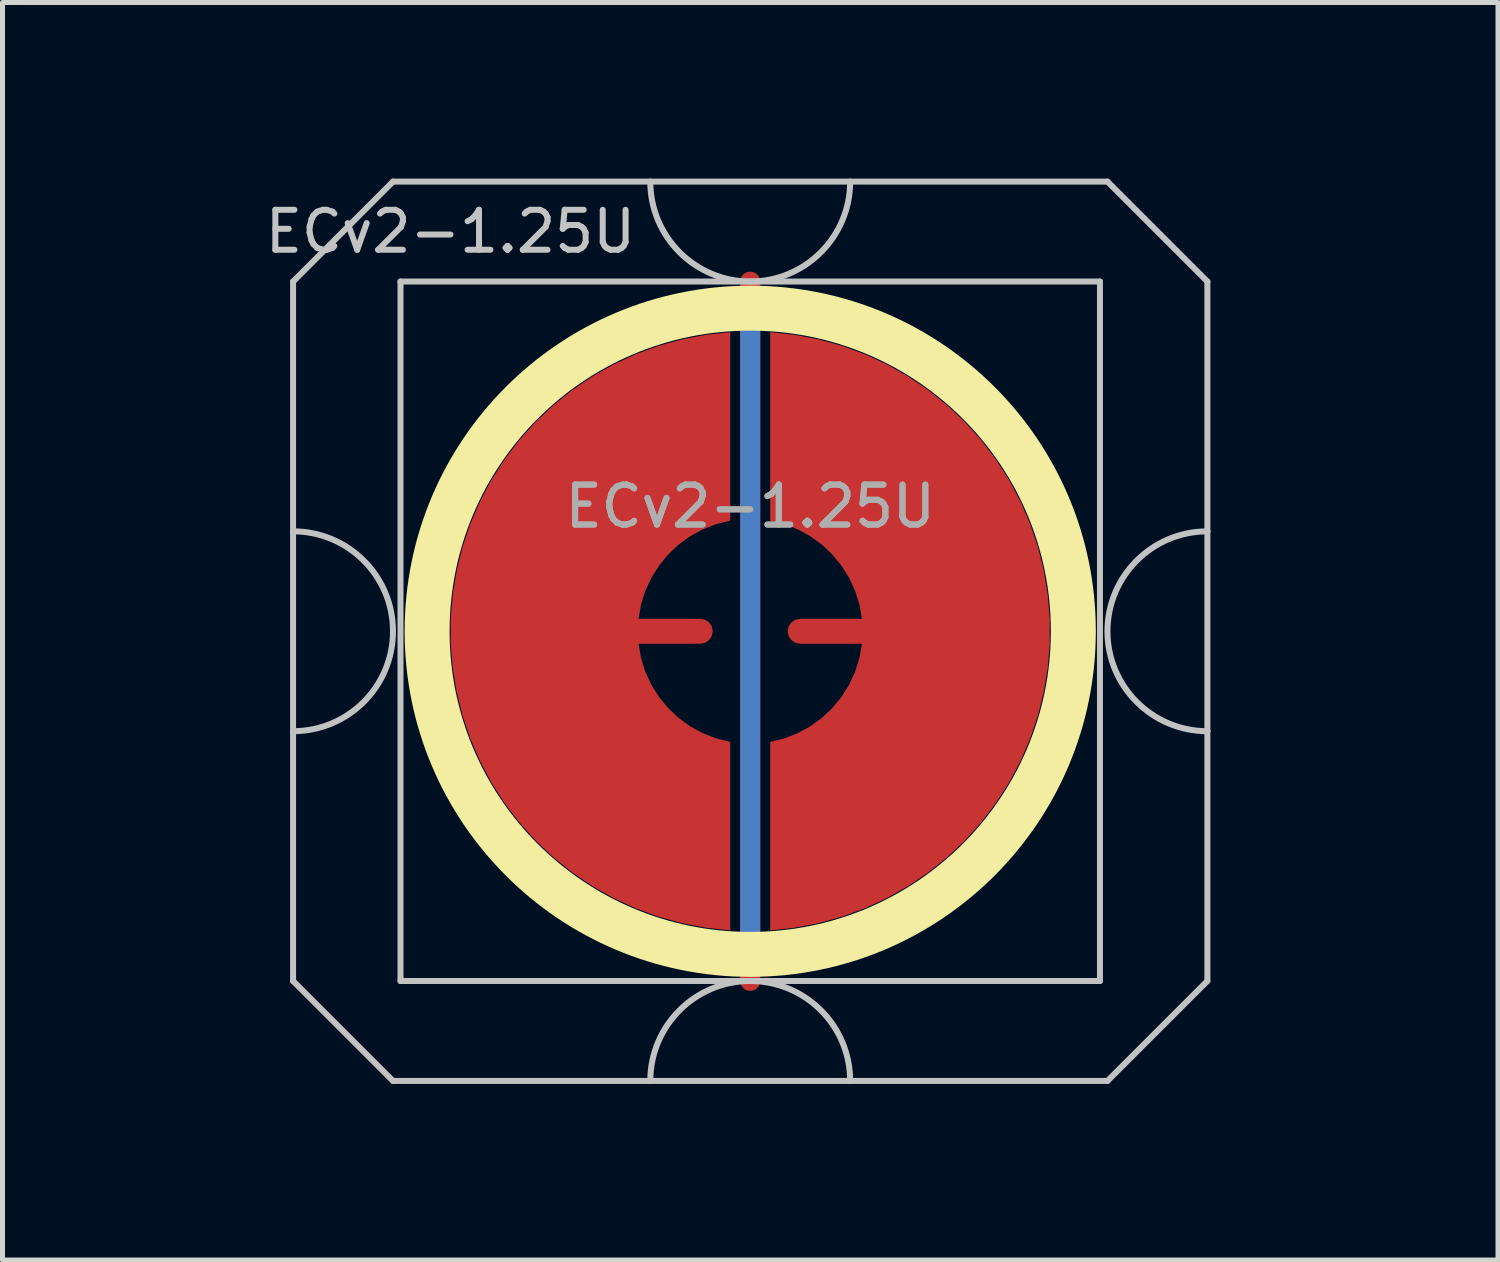
<source format=kicad_pcb>
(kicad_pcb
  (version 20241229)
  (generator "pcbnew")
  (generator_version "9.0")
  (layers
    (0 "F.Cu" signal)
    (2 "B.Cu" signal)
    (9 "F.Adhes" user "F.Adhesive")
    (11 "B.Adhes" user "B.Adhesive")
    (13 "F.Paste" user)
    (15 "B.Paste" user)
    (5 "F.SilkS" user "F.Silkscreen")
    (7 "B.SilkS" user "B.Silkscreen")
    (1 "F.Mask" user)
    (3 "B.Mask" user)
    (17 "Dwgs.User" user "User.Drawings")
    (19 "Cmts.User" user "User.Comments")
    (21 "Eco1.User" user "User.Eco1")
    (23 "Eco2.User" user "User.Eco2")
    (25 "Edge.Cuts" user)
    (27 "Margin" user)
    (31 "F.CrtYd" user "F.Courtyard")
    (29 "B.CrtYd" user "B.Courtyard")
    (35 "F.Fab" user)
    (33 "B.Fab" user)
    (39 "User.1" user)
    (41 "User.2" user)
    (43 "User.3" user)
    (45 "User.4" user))
  (footprint "ECv2-1.25U"
    (layer "F.Cu")
    (at 11.966 9.585)
    (property "Reference" "ECv2-1.25U" (at -6 -8 0) (layer "Dwgs.User") (effects (font (size 0.8 0.8) (thickness 0.12))))
    (attr smd exclude_from_pos_files exclude_from_bom)
    (fp_circle (center 0 0) (end 6.467 0) (stroke (width 0.9) (type solid)) (fill no) (layer "F.SilkS"))
    (fp_line (start -9.15 -7) (end -9.15 -2) (stroke (width 0.12) (type solid)) (layer "Dwgs.User"))
    (fp_line (start -9.15 -2) (end -9.15 2) (stroke (width 0.12) (type solid)) (layer "Dwgs.User"))
    (fp_line (start -9.15 2) (end -9.15 7) (stroke (width 0.12) (type solid)) (layer "Dwgs.User"))
    (fp_line (start -9.15 7) (end -7.15 9) (stroke (width 0.12) (type solid)) (layer "Dwgs.User"))
    (fp_line (start -7.15 -9) (end -9.15 -7) (stroke (width 0.12) (type solid)) (layer "Dwgs.User"))
    (fp_line (start -7.15 9) (end 7.15 9) (stroke (width 0.12) (type solid)) (layer "Dwgs.User"))
    (fp_line (start -7 -7) (end -7 7) (stroke (width 0.12) (type solid)) (layer "Dwgs.User"))
    (fp_line (start -7 7) (end 7 7) (stroke (width 0.12) (type solid)) (layer "Dwgs.User"))
    (fp_line (start 7 -7) (end -7 -7) (stroke (width 0.12) (type solid)) (layer "Dwgs.User"))
    (fp_line (start 7 7) (end 7 -7) (stroke (width 0.12) (type solid)) (layer "Dwgs.User"))
    (fp_line (start 7.15 -9) (end -7.15 -9) (stroke (width 0.12) (type solid)) (layer "Dwgs.User"))
    (fp_line (start 7.15 -9) (end 9.15 -7) (stroke (width 0.12) (type solid)) (layer "Dwgs.User"))
    (fp_line (start 7.15 9) (end 9.15 7) (stroke (width 0.12) (type solid)) (layer "Dwgs.User"))
    (fp_line (start 9.15 -2) (end 9.15 -7) (stroke (width 0.12) (type solid)) (layer "Dwgs.User"))
    (fp_line (start 9.15 -2) (end 9.15 2) (stroke (width 0.12) (type solid)) (layer "Dwgs.User"))
    (fp_line (start 9.15 7) (end 9.15 2) (stroke (width 0.12) (type solid)) (layer "Dwgs.User"))
    (fp_arc (start -9.15 -2) (mid -7.15 0) (end -9.15 2) (stroke (width 0.12) (type solid)) (layer "Dwgs.User"))
    (fp_arc (start -2 9) (mid 0 7) (end 2 9) (stroke (width 0.12) (type solid)) (layer "Dwgs.User"))
    (fp_arc (start 2 -9) (mid 0 -7) (end -2 -9) (stroke (width 0.12) (type solid)) (layer "Dwgs.User"))
    (fp_arc (start 9.15 2) (mid 7.15 0) (end 9.15 -2) (stroke (width 0.12) (type solid)) (layer "Dwgs.User"))
    (fp_line (start -11.906 -9.525) (end -11.906 9.525) (stroke (width 0.12) (type solid)) (layer "User.2"))
    (fp_line (start -11.906 -9.525) (end 11.906 -9.525) (stroke (width 0.12) (type solid)) (layer "User.2"))
    (fp_line (start -11.906 9.525) (end 11.906 9.525) (stroke (width 0.12) (type solid)) (layer "User.2"))
    (fp_line (start 11.906 -9.525) (end 11.906 9.525) (stroke (width 0.12) (type solid)) (layer "User.2"))
    (fp_text user "${REFERENCE}" (at 0 -2.5 0) (layer "F.Fab") (effects (font (size 0.8 0.8) (thickness 0.12))))
    (fp_text user "${REFERENCE}" (at 0 -2.5 0) (layer "F.Fab") (effects (font (size 0.8 0.8) (thickness 0.12))))
    (pad "1" smd custom (at -1 0) (size 0.4 0.4) (layers "F.Cu") (options (anchor circle)) (primitives (gr_poly (pts (xy 0.6 -2.214) (xy 0.32 -2.145) (xy 0.052 -2.041) (xy -0.201 -1.903) (xy -0.434 -1.734) (xy -0.644 -1.536) (xy -0.826 -1.314) (xy -0.979 -1.07) (xy -1.1 -0.808) (xy -1.186 -0.534) (xy -1.236 -0.25) (xy 0 -0.25) (xy 0.096 -0.231) (xy 0.177 -0.177) (xy 0.231 -0.096) (xy 0.25 0) (xy 0.231 0.096) (xy 0.177 0.177) (xy 0.096 0.231) (xy 0 0.25) (xy -1.236 0.25) (xy -1.186 0.534) (xy -1.1 0.808) (xy -0.979 1.07) (xy -0.826 1.314) (xy -0.644 1.536) (xy -0.434 1.734) (xy -0.201 1.903) (xy 0.052 2.041) (xy 0.32 2.145) (xy 0.6 2.214) (xy 0.6 5.987) (xy 0.115 5.934) (xy -0.364 5.843) (xy -0.834 5.713) (xy -1.292 5.545) (xy -1.735 5.341) (xy -2.159 5.101) (xy -2.563 4.827) (xy -2.943 4.522) (xy -3.298 4.187) (xy -3.623 3.824) (xy -3.919 3.436) (xy -4.182 3.025) (xy -4.41 2.594) (xy -4.603 2.147) (xy -4.759 1.684) (xy -4.876 1.211) (xy -4.955 0.73) (xy -4.995 0.244) (xy -4.995 -0.244) (xy -4.955 -0.73) (xy -4.876 -1.211) (xy -4.759 -1.684) (xy -4.603 -2.147) (xy -4.41 -2.594) (xy -4.182 -3.025) (xy -3.919 -3.436) (xy -3.623 -3.824) (xy -3.298 -4.187) (xy -2.943 -4.522) (xy -2.563 -4.827) (xy -2.159 -5.101) (xy -1.735 -5.341) (xy -1.292 -5.545) (xy -0.834 -5.713) (xy -0.364 -5.843) (xy 0.115 -5.934) (xy 0.6 -5.987)) (width 0) (fill yes))))
    (pad "2" smd custom (at 1 0 180) (size 0.4 0.4) (layers "F.Cu") (options (anchor circle)) (primitives (gr_poly (pts (xy 0.6 -2.214) (xy 0.32 -2.145) (xy 0.052 -2.041) (xy -0.201 -1.903) (xy -0.434 -1.734) (xy -0.644 -1.536) (xy -0.826 -1.314) (xy -0.979 -1.07) (xy -1.1 -0.808) (xy -1.186 -0.534) (xy -1.236 -0.25) (xy 0 -0.25) (xy 0.096 -0.231) (xy 0.177 -0.177) (xy 0.231 -0.096) (xy 0.25 0) (xy 0.231 0.096) (xy 0.177 0.177) (xy 0.096 0.231) (xy 0 0.25) (xy -1.236 0.25) (xy -1.186 0.534) (xy -1.1 0.808) (xy -0.979 1.07) (xy -0.826 1.314) (xy -0.644 1.536) (xy -0.434 1.734) (xy -0.201 1.903) (xy 0.052 2.041) (xy 0.32 2.145) (xy 0.6 2.214) (xy 0.6 5.987) (xy 0.115 5.934) (xy -0.364 5.843) (xy -0.834 5.713) (xy -1.292 5.545) (xy -1.735 5.341) (xy -2.159 5.101) (xy -2.563 4.827) (xy -2.943 4.522) (xy -3.298 4.187) (xy -3.623 3.824) (xy -3.919 3.436) (xy -4.182 3.025) (xy -4.41 2.594) (xy -4.603 2.147) (xy -4.759 1.684) (xy -4.876 1.211) (xy -4.955 0.73) (xy -4.995 0.244) (xy -4.995 -0.244) (xy -4.955 -0.73) (xy -4.876 -1.211) (xy -4.759 -1.684) (xy -4.603 -2.147) (xy -4.41 -2.594) (xy -4.182 -3.025) (xy -3.919 -3.436) (xy -3.623 -3.824) (xy -3.298 -4.187) (xy -2.943 -4.522) (xy -2.563 -4.827) (xy -2.159 -5.101) (xy -1.735 -5.341) (xy -1.292 -5.545) (xy -0.834 -5.713) (xy -0.364 -5.843) (xy 0.115 -5.934) (xy 0.6 -5.987)) (width 0) (fill yes))))
    (pad "3" smd custom (at 0 0) (size 0.4 0.4) (layers "F.Cu") (options (anchor rect)) (primitives (gr_line (start 0 -7) (end 0 7) (width 0.4))))
    (pad "3" smd custom (at 0 0) (size 0.4 0.4) (layers "B.Cu") (options (anchor rect)) (primitives (gr_line (start 0 -6.5) (end 0 6.5) (width 0.4))))
    (zone (net_name "") (layer "F.Cu") (hatch edge 0.508) (connect_pads) (min_thickness 0.254) (filled_areas_thickness no) (keepout (tracks allowed) (vias allowed) (pads allowed) (copperpour not_allowed) (footprints allowed)) (placement (enabled no)) (fill) (polygon (pts (xy 18.971 9.585) (xy 18.952 9.072) (xy 18.896 8.562) (xy 18.802 8.057) (xy 18.672 7.56) (xy 18.506 7.075) (xy 18.304 6.602) (xy 18.069 6.146) (xy 17.801 5.709) (xy 17.501 5.292) (xy 17.172 4.898) (xy 16.815 4.529) (xy 16.431 4.188) (xy 16.024 3.875) (xy 15.595 3.593) (xy 15.146 3.344) (xy 14.681 3.127) (xy 14.201 2.946) (xy 13.708 2.8) (xy 13.207 2.691) (xy 12.698 2.618) (xy 12.186 2.584) (xy 11.673 2.586) (xy 11.161 2.627) (xy 10.654 2.704) (xy 10.153 2.819) (xy 9.663 2.97) (xy 9.184 3.156) (xy 8.721 3.377) (xy 8.275 3.632) (xy 7.849 3.918) (xy 7.445 4.235) (xy 7.065 4.58) (xy 6.712 4.953) (xy 6.387 5.35) (xy 6.091 5.77) (xy 5.828 6.21) (xy 5.597 6.669) (xy 5.401 7.143) (xy 5.239 7.631) (xy 5.114 8.129) (xy 5.026 8.634) (xy 4.975 9.145) (xy 4.962 9.658) (xy 4.986 10.171) (xy 5.048 10.681) (xy 5.146 11.185) (xy 5.282 11.68) (xy 5.453 12.164) (xy 5.66 12.634) (xy 5.9 13.087) (xy 6.173 13.522) (xy 6.477 13.936) (xy 6.81 14.326) (xy 7.171 14.691) (xy 7.558 15.029) (xy 7.968 15.337) (xy 8.4 15.614) (xy 8.852 15.859) (xy 9.32 16.071) (xy 9.802 16.247) (xy 10.295 16.388) (xy 10.798 16.492) (xy 11.307 16.559) (xy 11.82 16.588) (xy 12.333 16.58) (xy 12.844 16.535) (xy 13.351 16.452) (xy 13.85 16.332) (xy 14.339 16.176) (xy 14.815 15.984) (xy 15.276 15.758) (xy 15.72 15.499) (xy 16.143 15.209) (xy 16.543 14.888) (xy 16.919 14.538) (xy 17.269 14.162) (xy 17.59 13.761) (xy 17.881 13.338) (xy 18.14 12.895) (xy 18.366 12.434) (xy 18.557 11.958) (xy 18.713 11.469) (xy 18.833 10.97) (xy 18.916 10.463) (xy 18.962 9.952))))
    (zone (net_name "") (layer "B.Cu") (hatch edge 0.508) (connect_pads) (min_thickness 0.254) (filled_areas_thickness no) (keepout (tracks allowed) (vias allowed) (pads allowed) (copperpour not_allowed) (footprints allowed)) (placement (enabled no)) (fill) (polygon (pts (xy 18.525 9.585) (xy 18.504 9.07) (xy 18.444 8.559) (xy 18.343 8.054) (xy 18.204 7.558) (xy 18.025 7.075) (xy 17.81 6.608) (xy 17.558 6.158) (xy 17.272 5.73) (xy 16.953 5.326) (xy 16.604 4.948) (xy 16.225 4.598) (xy 15.821 4.279) (xy 15.393 3.993) (xy 14.944 3.742) (xy 14.476 3.526) (xy 13.993 3.348) (xy 13.497 3.208) (xy 12.992 3.107) (xy 12.481 3.047) (xy 11.966 3.027) (xy 11.452 3.047) (xy 10.94 3.107) (xy 10.435 3.208) (xy 9.94 3.348) (xy 9.457 3.526) (xy 8.989 3.742) (xy 8.54 3.993) (xy 8.111 4.279) (xy 7.707 4.598) (xy 7.329 4.948) (xy 6.979 5.326) (xy 6.661 5.73) (xy 6.374 6.158) (xy 6.123 6.608) (xy 5.907 7.075) (xy 5.729 7.558) (xy 5.589 8.054) (xy 5.489 8.559) (xy 5.428 9.07) (xy 5.408 9.585) (xy 5.428 10.1) (xy 5.489 10.611) (xy 5.589 11.116) (xy 5.729 11.612) (xy 5.907 12.095) (xy 6.123 12.562) (xy 6.374 13.012) (xy 6.661 13.44) (xy 6.979 13.844) (xy 7.329 14.222) (xy 7.707 14.572) (xy 8.111 14.891) (xy 8.54 15.177) (xy 8.989 15.428) (xy 9.457 15.644) (xy 9.94 15.822) (xy 10.435 15.962) (xy 10.94 16.063) (xy 11.452 16.123) (xy 11.966 16.143) (xy 12.481 16.123) (xy 12.992 16.063) (xy 13.497 15.962) (xy 13.993 15.822) (xy 14.476 15.644) (xy 14.944 15.428) (xy 15.393 15.177) (xy 15.821 14.891) (xy 16.225 14.572) (xy 16.604 14.222) (xy 16.953 13.844) (xy 17.272 13.44) (xy 17.558 13.012) (xy 17.81 12.562) (xy 18.025 12.095) (xy 18.204 11.612) (xy 18.343 11.116) (xy 18.444 10.611) (xy 18.504 10.1)))))
  (gr_rect
    (start -3 -3)
    (end 26.933 22.17)
    (stroke (width 0.1) (type default))
    (fill no)
    (layer "Edge.Cuts")))
</source>
